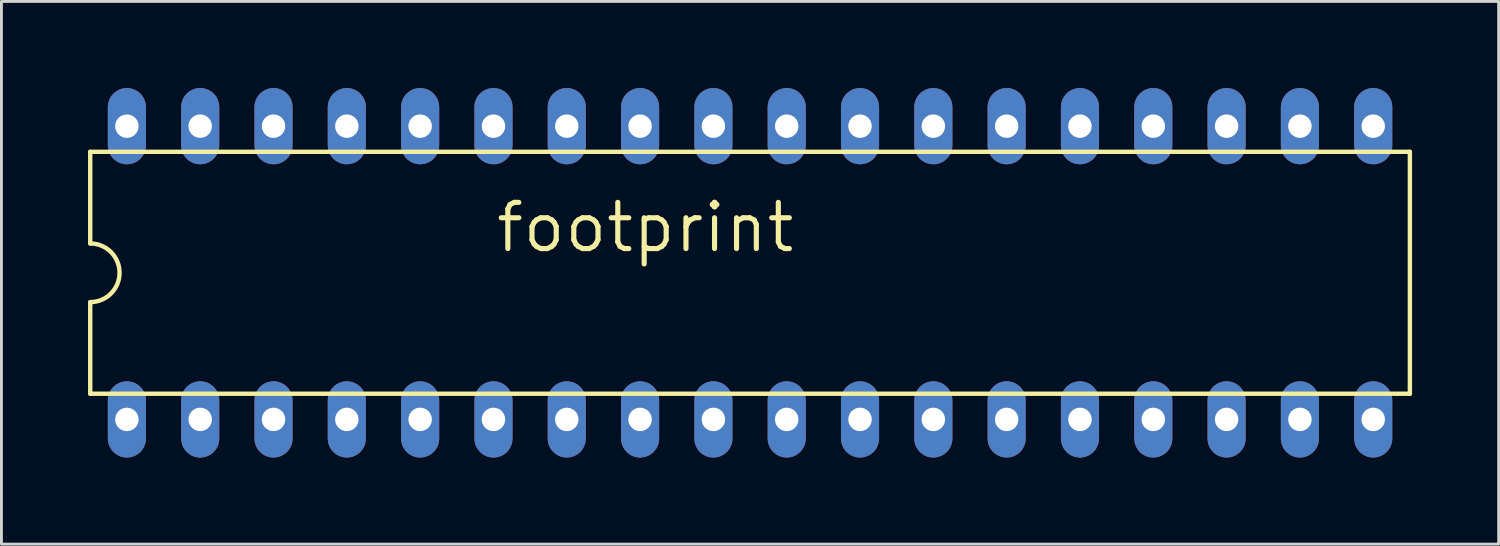
<source format=kicad_pcb>
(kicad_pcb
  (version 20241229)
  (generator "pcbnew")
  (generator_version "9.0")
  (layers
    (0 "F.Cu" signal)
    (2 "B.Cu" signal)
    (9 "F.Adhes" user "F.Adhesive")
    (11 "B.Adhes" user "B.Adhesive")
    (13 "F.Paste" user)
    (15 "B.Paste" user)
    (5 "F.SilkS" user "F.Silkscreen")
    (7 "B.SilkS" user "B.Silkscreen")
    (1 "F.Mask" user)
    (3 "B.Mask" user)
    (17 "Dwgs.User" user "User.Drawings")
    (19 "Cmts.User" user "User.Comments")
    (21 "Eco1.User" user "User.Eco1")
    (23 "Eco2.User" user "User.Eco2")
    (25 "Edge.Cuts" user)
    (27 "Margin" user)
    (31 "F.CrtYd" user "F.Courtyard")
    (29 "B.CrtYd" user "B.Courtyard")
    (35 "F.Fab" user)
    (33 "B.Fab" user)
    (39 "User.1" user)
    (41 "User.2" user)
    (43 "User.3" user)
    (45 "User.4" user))
  (footprint "footprint"
    (layer "F.Cu")
    (at 22.936 6.401)
    (property "Reference" "footprint" (at -8.89 -0.635 0) (layer "F.SilkS") (effects (font (size 1.6 1.6) (thickness 0.178)) (justify left bottom)))
    (fp_line (start -22.86 -4.191) (end -22.86 -1.016) (stroke (width 0.152) (type solid)) (layer "F.SilkS"))
    (fp_line (start -22.86 4.191) (end -22.86 1.016) (stroke (width 0.152) (type solid)) (layer "F.SilkS"))
    (fp_line (start -22.86 4.191) (end 22.86 4.191) (stroke (width 0.152) (type solid)) (layer "F.SilkS"))
    (fp_line (start 22.86 -4.191) (end -22.86 -4.191) (stroke (width 0.152) (type solid)) (layer "F.SilkS"))
    (fp_line (start 22.86 -4.191) (end 22.86 4.191) (stroke (width 0.152) (type solid)) (layer "F.SilkS"))
    (fp_arc (start -22.86 -1.016) (mid -21.844 0) (end -22.86 1.016) (stroke (width 0.1524) (type solid)) (layer "F.SilkS"))
    (pad "1" thru_hole oval (at -21.59 5.08 90) (size 2.642 1.321) (drill 0.813) (layers "*.Cu" "*.Mask"))
    (pad "2" thru_hole oval (at -19.05 5.08 90) (size 2.642 1.321) (drill 0.813) (layers "*.Cu" "*.Mask"))
    (pad "3" thru_hole oval (at -16.51 5.08 90) (size 2.642 1.321) (drill 0.813) (layers "*.Cu" "*.Mask"))
    (pad "4" thru_hole oval (at -13.97 5.08 90) (size 2.642 1.321) (drill 0.813) (layers "*.Cu" "*.Mask"))
    (pad "5" thru_hole oval (at -11.43 5.08 90) (size 2.642 1.321) (drill 0.813) (layers "*.Cu" "*.Mask"))
    (pad "6" thru_hole oval (at -8.89 5.08 90) (size 2.642 1.321) (drill 0.813) (layers "*.Cu" "*.Mask"))
    (pad "7" thru_hole oval (at -6.35 5.08 90) (size 2.642 1.321) (drill 0.813) (layers "*.Cu" "*.Mask"))
    (pad "8" thru_hole oval (at -3.81 5.08 90) (size 2.642 1.321) (drill 0.813) (layers "*.Cu" "*.Mask"))
    (pad "9" thru_hole oval (at -1.27 5.08 90) (size 2.642 1.321) (drill 0.813) (layers "*.Cu" "*.Mask"))
    (pad "10" thru_hole oval (at 1.27 5.08 90) (size 2.642 1.321) (drill 0.813) (layers "*.Cu" "*.Mask"))
    (pad "11" thru_hole oval (at 3.81 5.08 90) (size 2.642 1.321) (drill 0.813) (layers "*.Cu" "*.Mask"))
    (pad "12" thru_hole oval (at 6.35 5.08 90) (size 2.642 1.321) (drill 0.813) (layers "*.Cu" "*.Mask"))
    (pad "13" thru_hole oval (at 8.89 5.08 90) (size 2.642 1.321) (drill 0.813) (layers "*.Cu" "*.Mask"))
    (pad "14" thru_hole oval (at 11.43 5.08 90) (size 2.642 1.321) (drill 0.813) (layers "*.Cu" "*.Mask"))
    (pad "15" thru_hole oval (at 13.97 5.08 90) (size 2.642 1.321) (drill 0.813) (layers "*.Cu" "*.Mask"))
    (pad "16" thru_hole oval (at 16.51 5.08 90) (size 2.642 1.321) (drill 0.813) (layers "*.Cu" "*.Mask"))
    (pad "17" thru_hole oval (at 19.05 5.08 90) (size 2.642 1.321) (drill 0.813) (layers "*.Cu" "*.Mask"))
    (pad "18" thru_hole oval (at 21.59 5.08 90) (size 2.642 1.321) (drill 0.813) (layers "*.Cu" "*.Mask"))
    (pad "19" thru_hole oval (at 21.59 -5.08 90) (size 2.642 1.321) (drill 0.813) (layers "*.Cu" "*.Mask"))
    (pad "20" thru_hole oval (at 19.05 -5.08 90) (size 2.642 1.321) (drill 0.813) (layers "*.Cu" "*.Mask"))
    (pad "21" thru_hole oval (at 16.51 -5.08 90) (size 2.642 1.321) (drill 0.813) (layers "*.Cu" "*.Mask"))
    (pad "22" thru_hole oval (at 13.97 -5.08 90) (size 2.642 1.321) (drill 0.813) (layers "*.Cu" "*.Mask"))
    (pad "23" thru_hole oval (at 11.43 -5.08 90) (size 2.642 1.321) (drill 0.813) (layers "*.Cu" "*.Mask"))
    (pad "24" thru_hole oval (at 8.89 -5.08 90) (size 2.642 1.321) (drill 0.813) (layers "*.Cu" "*.Mask"))
    (pad "25" thru_hole oval (at 6.35 -5.08 90) (size 2.642 1.321) (drill 0.813) (layers "*.Cu" "*.Mask"))
    (pad "26" thru_hole oval (at 3.81 -5.08 90) (size 2.642 1.321) (drill 0.813) (layers "*.Cu" "*.Mask"))
    (pad "27" thru_hole oval (at 1.27 -5.08 90) (size 2.642 1.321) (drill 0.813) (layers "*.Cu" "*.Mask"))
    (pad "28" thru_hole oval (at -1.27 -5.08 90) (size 2.642 1.321) (drill 0.813) (layers "*.Cu" "*.Mask"))
    (pad "29" thru_hole oval (at -3.81 -5.08 90) (size 2.642 1.321) (drill 0.813) (layers "*.Cu" "*.Mask"))
    (pad "30" thru_hole oval (at -6.35 -5.08 90) (size 2.642 1.321) (drill 0.813) (layers "*.Cu" "*.Mask"))
    (pad "31" thru_hole oval (at -8.89 -5.08 90) (size 2.642 1.321) (drill 0.813) (layers "*.Cu" "*.Mask"))
    (pad "32" thru_hole oval (at -11.43 -5.08 90) (size 2.642 1.321) (drill 0.813) (layers "*.Cu" "*.Mask"))
    (pad "33" thru_hole oval (at -13.97 -5.08 90) (size 2.642 1.321) (drill 0.813) (layers "*.Cu" "*.Mask"))
    (pad "34" thru_hole oval (at -16.51 -5.08 90) (size 2.642 1.321) (drill 0.813) (layers "*.Cu" "*.Mask"))
    (pad "35" thru_hole oval (at -19.05 -5.08 90) (size 2.642 1.321) (drill 0.813) (layers "*.Cu" "*.Mask"))
    (pad "36" thru_hole oval (at -21.59 -5.08 90) (size 2.642 1.321) (drill 0.813) (layers "*.Cu" "*.Mask")))
  (gr_rect
    (start -3 -3)
    (end 48.872 15.802)
    (stroke (width 0.1) (type default))
    (fill no)
    (layer "Edge.Cuts")))
</source>
